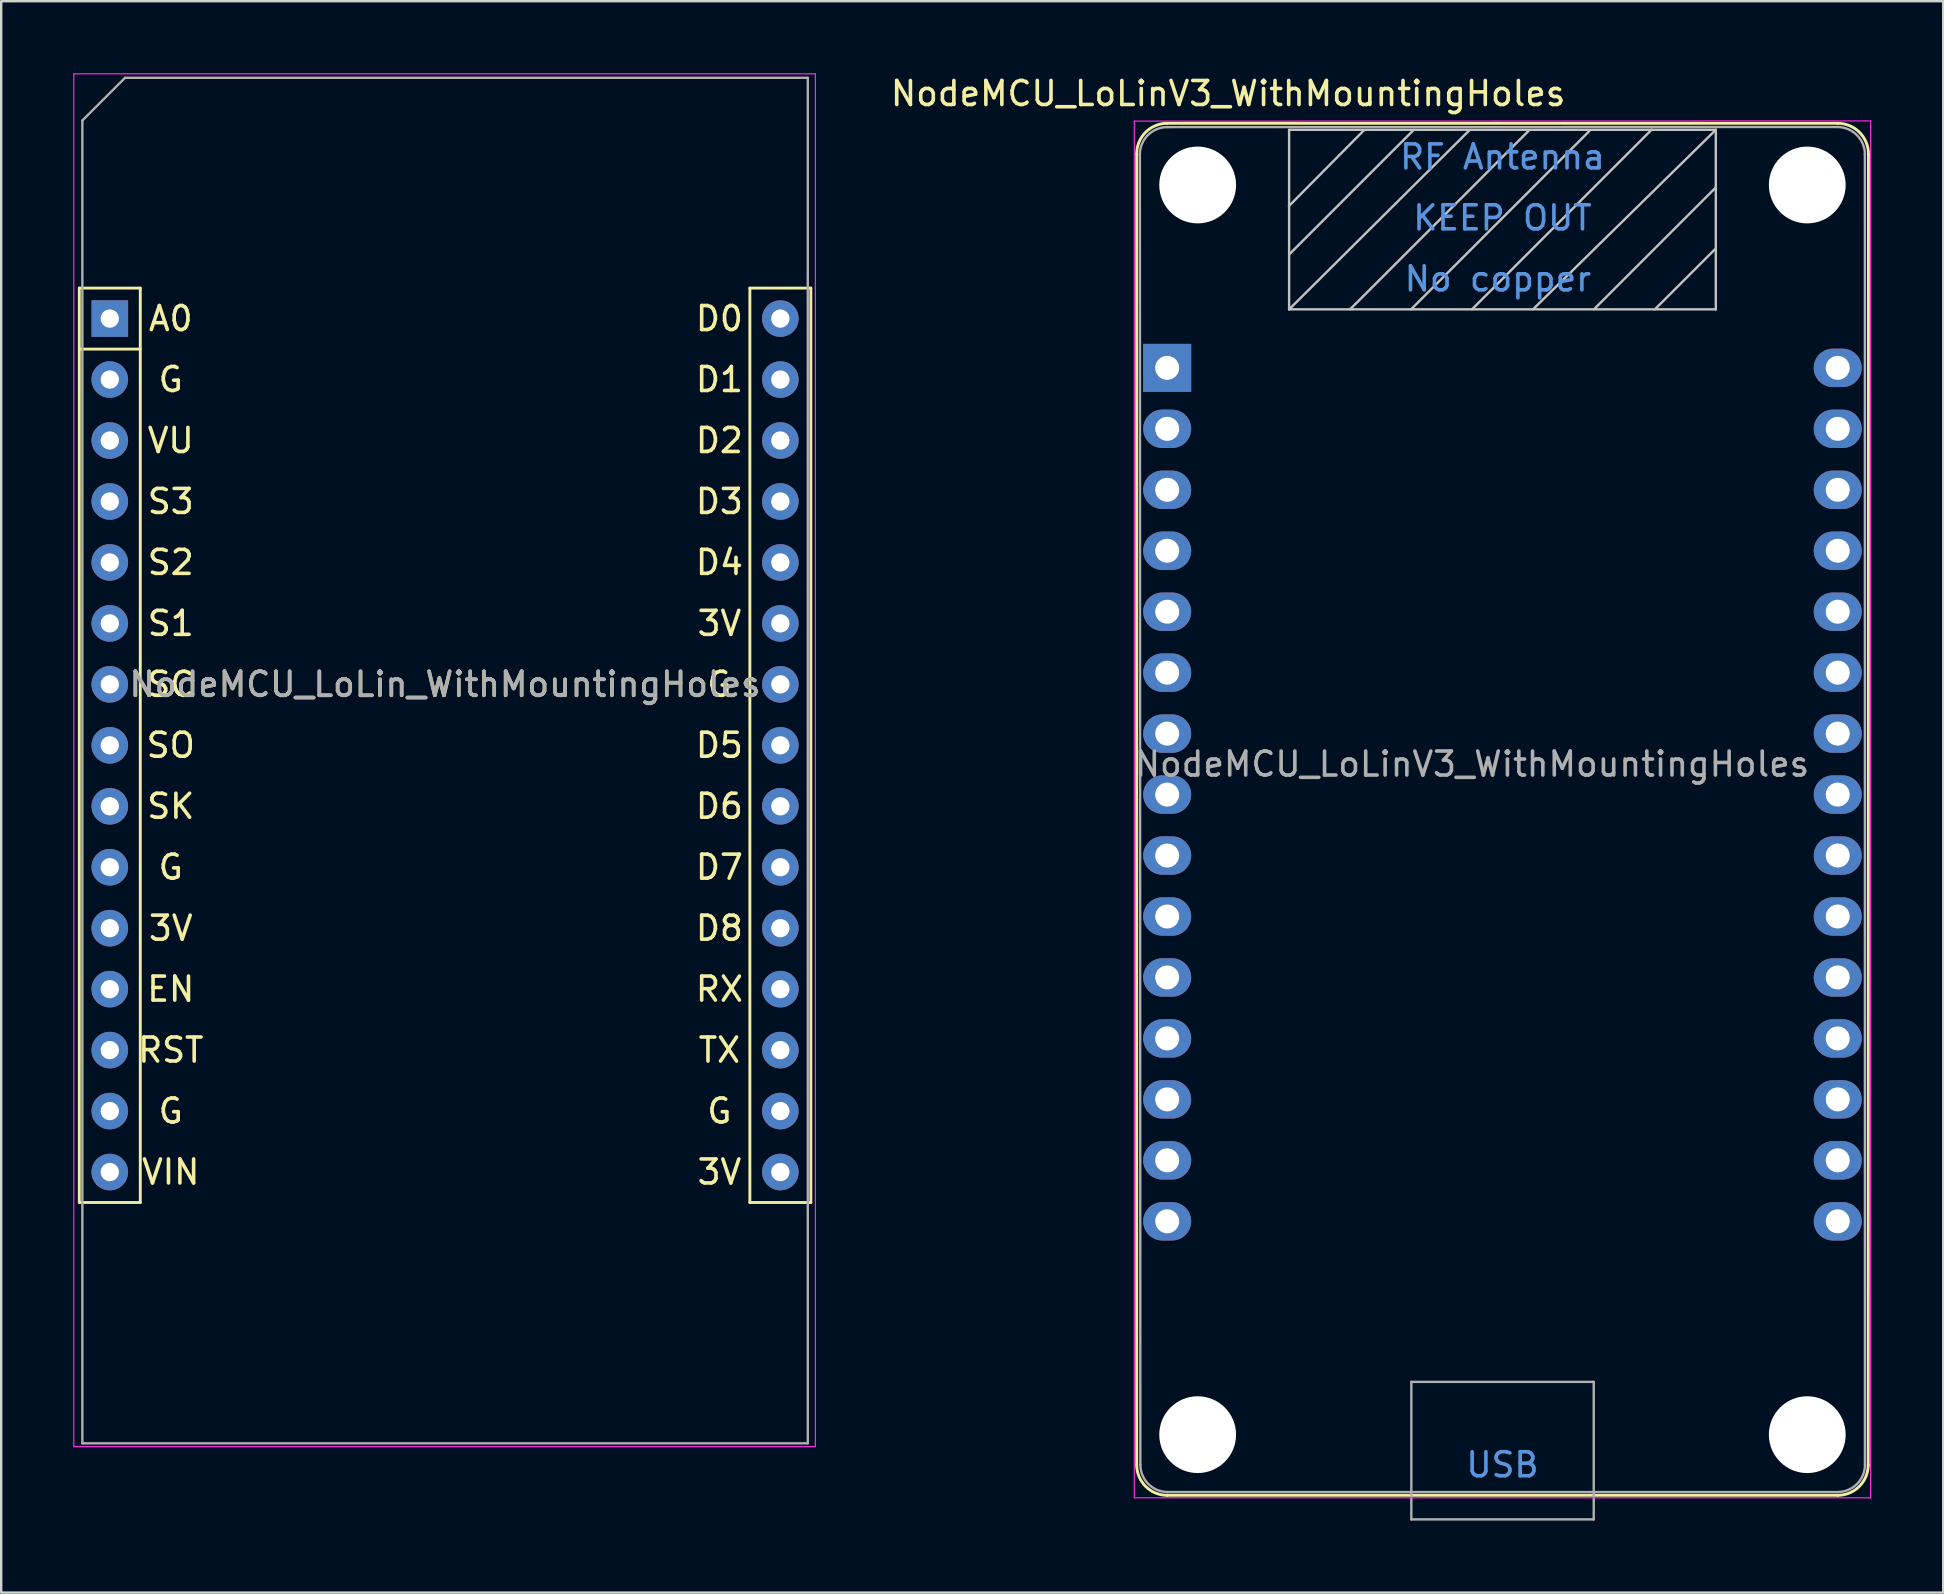
<source format=kicad_pcb>
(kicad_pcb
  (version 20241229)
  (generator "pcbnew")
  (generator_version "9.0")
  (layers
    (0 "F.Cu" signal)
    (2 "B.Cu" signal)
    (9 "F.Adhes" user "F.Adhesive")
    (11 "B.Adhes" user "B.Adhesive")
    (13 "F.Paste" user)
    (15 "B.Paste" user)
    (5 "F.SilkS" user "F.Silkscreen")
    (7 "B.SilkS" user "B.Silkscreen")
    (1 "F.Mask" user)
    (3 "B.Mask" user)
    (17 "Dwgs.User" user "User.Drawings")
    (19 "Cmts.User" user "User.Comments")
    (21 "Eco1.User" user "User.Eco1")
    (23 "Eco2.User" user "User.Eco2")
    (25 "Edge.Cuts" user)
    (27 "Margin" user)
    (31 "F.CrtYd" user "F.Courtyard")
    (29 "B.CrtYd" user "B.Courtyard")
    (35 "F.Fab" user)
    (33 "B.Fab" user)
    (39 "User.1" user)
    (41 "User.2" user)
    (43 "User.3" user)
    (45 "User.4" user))
  (footprint "NodeMCU_LoLinV3_WithMountingHoles"
    (layer "F.Cu")
    (at 45.583 12.278)
    (property "Reference" "NodeMCU_LoLinV3_WithMountingHoles" (at 2.54 -11.43 0) (layer "F.SilkS") (effects (font (size 1 1) (thickness 0.15))))
    (attr through_hole)
    (fp_line (start -1.27 -8.903) (end -1.27 45.72) (stroke (width 0.12) (type solid)) (layer "F.SilkS"))
    (fp_line (start 0 46.977) (end 27.94 46.977) (stroke (width 0.12) (type solid)) (layer "F.SilkS"))
    (fp_line (start 27.94 -10.19) (end 0 -10.19) (stroke (width 0.12) (type solid)) (layer "F.SilkS"))
    (fp_line (start 29.21 45.72) (end 29.22 -8.89) (stroke (width 0.12) (type solid)) (layer "F.SilkS"))
    (fp_arc (start -1.26988 -8.902702) (mid -0.904175 -9.811989) (end 0 -10.190156) (stroke (width 0.12) (type solid)) (layer "F.SilkS"))
    (fp_arc (start 0 46.977363) (mid -0.893569 46.609849) (end -1.27 45.72) (stroke (width 0.12) (type solid)) (layer "F.SilkS"))
    (fp_arc (start 27.94 -10.190156) (mid 28.852251 -9.808108) (end 29.22 -8.89) (stroke (width 0.12) (type solid)) (layer "F.SilkS"))
    (fp_arc (start 29.21 45.72) (mid 28.833569 46.609849) (end 27.94 46.977363) (stroke (width 0.12) (type solid)) (layer "F.SilkS"))
    (fp_line (start 5.075 -6.745) (end 8.204 -9.906) (stroke (width 0.1) (type solid)) (layer "Dwgs.User"))
    (fp_line (start 5.08 -9.919) (end 5.08 -2.438) (stroke (width 0.1) (type solid)) (layer "Dwgs.User"))
    (fp_line (start 5.08 -9.919) (end 22.86 -9.919) (stroke (width 0.1) (type solid)) (layer "Dwgs.User"))
    (fp_line (start 5.08 -4.724) (end 10.262 -9.906) (stroke (width 0.1) (type solid)) (layer "Dwgs.User"))
    (fp_line (start 5.08 -2.438) (end 12.598 -9.906) (stroke (width 0.1) (type solid)) (layer "Dwgs.User"))
    (fp_line (start 5.08 -2.438) (end 22.86 -2.438) (stroke (width 0.1) (type solid)) (layer "Dwgs.User"))
    (fp_line (start 7.62 -2.438) (end 15.05 -9.868) (stroke (width 0.1) (type solid)) (layer "Dwgs.User"))
    (fp_line (start 10.16 -2.438) (end 17.59 -9.868) (stroke (width 0.1) (type solid)) (layer "Dwgs.User"))
    (fp_line (start 12.7 -2.438) (end 20.193 -9.931) (stroke (width 0.1) (type solid)) (layer "Dwgs.User"))
    (fp_line (start 15.24 -2.438) (end 22.86 -9.919) (stroke (width 0.1) (type solid)) (layer "Dwgs.User"))
    (fp_line (start 17.78 -2.438) (end 22.86 -7.518) (stroke (width 0.1) (type solid)) (layer "Dwgs.User"))
    (fp_line (start 20.32 -2.438) (end 22.86 -4.978) (stroke (width 0.1) (type solid)) (layer "Dwgs.User"))
    (fp_line (start 22.86 -9.919) (end 22.86 -2.438) (stroke (width 0.1) (type solid)) (layer "Dwgs.User"))
    (fp_line (start -1.37 47.08) (end -1.37 -10.28) (stroke (width 0.05) (type solid)) (layer "F.CrtYd"))
    (fp_line (start 29.31 -10.29) (end -1.37 -10.28) (stroke (width 0.05) (type solid)) (layer "F.CrtYd"))
    (fp_line (start 29.31 47.08) (end -1.37 47.08) (stroke (width 0.05) (type solid)) (layer "F.CrtYd"))
    (fp_line (start 29.31 47.08) (end 29.31 -10.29) (stroke (width 0.05) (type solid)) (layer "F.CrtYd"))
    (fp_line (start -1.138 -8.894) (end -1.118 45.707) (stroke (width 0.1) (type solid)) (layer "F.Fab"))
    (fp_line (start 10.173 42.251) (end 17.773 42.251) (stroke (width 0.1) (type solid)) (layer "F.Fab"))
    (fp_line (start 10.173 47.981) (end 10.173 42.251) (stroke (width 0.1) (type solid)) (layer "F.Fab"))
    (fp_line (start 17.605 46.841) (end 0.003 46.841) (stroke (width 0.1) (type solid)) (layer "F.Fab"))
    (fp_line (start 17.773 42.251) (end 17.773 47.981) (stroke (width 0.1) (type solid)) (layer "F.Fab"))
    (fp_line (start 17.773 47.981) (end 10.173 47.981) (stroke (width 0.1) (type solid)) (layer "F.Fab"))
    (fp_line (start 27.93 -10.037) (end 0.00016 -10.032) (stroke (width 0.1) (type solid)) (layer "F.Fab"))
    (fp_line (start 27.953 46.841) (end 17.605 46.841) (stroke (width 0.1) (type solid)) (layer "F.Fab"))
    (fp_line (start 29.07 -8.903) (end 29.073 45.701) (stroke (width 0.1) (type solid)) (layer "F.Fab"))
    (fp_arc (start -1.13776 -8.89432) (mid -0.805952 -9.696593) (end -0.004909 -10.03136) (stroke (width 0.1) (type solid)) (layer "F.Fab"))
    (fp_arc (start 0.01944 46.84014) (mid -0.782829 46.508336) (end -1.1176 45.7073) (stroke (width 0.1) (type solid)) (layer "F.Fab"))
    (fp_arc (start 27.93 -10.03732) (mid 28.73756 -9.698349) (end 29.073 -8.889316) (stroke (width 0.1) (type solid)) (layer "F.Fab"))
    (fp_arc (start 29.07579 45.700603) (mid 28.747598 46.500494) (end 27.9527 46.8406) (stroke (width 0.1) (type solid)) (layer "F.Fab"))
    (fp_text user "No copper" (at 13.78 -3.708 0) (layer "Cmts.User") (effects (font (size 1 1) (thickness 0.15))))
    (fp_text user "RF Antenna" (at 13.97 -8.788 0) (layer "Cmts.User") (effects (font (size 1 1) (thickness 0.15))))
    (fp_text user "USB" (at 13.97 45.707 0) (layer "Cmts.User") (effects (font (size 1 1) (thickness 0.15))))
    (fp_text user "KEEP OUT" (at 13.97 -6.248 0) (layer "Cmts.User") (effects (font (size 1 1) (thickness 0.15))))
    (fp_text user "${REFERENCE}" (at 12.7 16.51 0) (layer "F.Fab") (effects (font (size 1 1) (thickness 0.15))))
    (pad "" np_thru_hole circle (at 1.27 -7.62 90) (size 3.2 3.2) (drill 3.2) (layers "*.Cu" "*.Mask"))
    (pad "" np_thru_hole circle (at 1.27 44.45 90) (size 3.2 3.2) (drill 3.2) (layers "*.Cu" "*.Mask"))
    (pad "" np_thru_hole circle (at 26.67 -7.62 90) (size 3.2 3.2) (drill 3.2) (layers "*.Cu" "*.Mask"))
    (pad "" np_thru_hole circle (at 26.67 44.45 90) (size 3.2 3.2) (drill 3.2) (layers "*.Cu" "*.Mask"))
    (pad "1" thru_hole rect (at 0 0) (size 2 2) (drill 1) (layers "*.Cu" "*.Mask"))
    (pad "2" thru_hole oval (at 0 2.54) (size 2 1.6) (drill 1) (layers "*.Cu" "*.Mask"))
    (pad "3" thru_hole oval (at 0 5.08) (size 2 1.6) (drill 1) (layers "*.Cu" "*.Mask"))
    (pad "4" thru_hole oval (at 0 7.62) (size 2 1.6) (drill 1) (layers "*.Cu" "*.Mask"))
    (pad "5" thru_hole oval (at 0 10.16) (size 2 1.6) (drill 1) (layers "*.Cu" "*.Mask"))
    (pad "6" thru_hole oval (at 0 12.7) (size 2 1.6) (drill 1) (layers "*.Cu" "*.Mask"))
    (pad "7" thru_hole oval (at 0 15.24) (size 2 1.6) (drill 1) (layers "*.Cu" "*.Mask"))
    (pad "8" thru_hole oval (at 0 17.78) (size 2 1.6) (drill 1) (layers "*.Cu" "*.Mask"))
    (pad "9" thru_hole oval (at 0 20.32) (size 2 1.6) (drill 1) (layers "*.Cu" "*.Mask"))
    (pad "10" thru_hole oval (at 0 22.86) (size 2 1.6) (drill 1) (layers "*.Cu" "*.Mask"))
    (pad "11" thru_hole oval (at 0 25.4) (size 2 1.6) (drill 1) (layers "*.Cu" "*.Mask"))
    (pad "12" thru_hole oval (at 0 27.94) (size 2 1.6) (drill 1) (layers "*.Cu" "*.Mask"))
    (pad "13" thru_hole oval (at 0 30.48) (size 2 1.6) (drill 1) (layers "*.Cu" "*.Mask"))
    (pad "14" thru_hole oval (at 0 33.02) (size 2 1.6) (drill 1) (layers "*.Cu" "*.Mask"))
    (pad "15" thru_hole oval (at 0 35.56) (size 2 1.6) (drill 1) (layers "*.Cu" "*.Mask"))
    (pad "16" thru_hole oval (at 27.94 35.56) (size 2 1.6) (drill 1) (layers "*.Cu" "*.Mask"))
    (pad "17" thru_hole oval (at 27.94 33.02) (size 2 1.6) (drill 1) (layers "*.Cu" "*.Mask"))
    (pad "18" thru_hole oval (at 27.94 30.48) (size 2 1.6) (drill 1) (layers "*.Cu" "*.Mask"))
    (pad "19" thru_hole oval (at 27.94 27.94) (size 2 1.6) (drill 1) (layers "*.Cu" "*.Mask"))
    (pad "20" thru_hole oval (at 27.94 25.4) (size 2 1.6) (drill 1) (layers "*.Cu" "*.Mask"))
    (pad "21" thru_hole oval (at 27.94 22.86) (size 2 1.6) (drill 1) (layers "*.Cu" "*.Mask"))
    (pad "22" thru_hole oval (at 27.94 20.32) (size 2 1.6) (drill 1) (layers "*.Cu" "*.Mask"))
    (pad "23" thru_hole oval (at 27.94 17.78) (size 2 1.6) (drill 1) (layers "*.Cu" "*.Mask"))
    (pad "24" thru_hole oval (at 27.94 15.24) (size 2 1.6) (drill 1) (layers "*.Cu" "*.Mask"))
    (pad "25" thru_hole oval (at 27.94 12.7) (size 2 1.6) (drill 1) (layers "*.Cu" "*.Mask"))
    (pad "26" thru_hole oval (at 27.94 10.16) (size 2 1.6) (drill 1) (layers "*.Cu" "*.Mask"))
    (pad "27" thru_hole oval (at 27.94 7.62) (size 2 1.6) (drill 1) (layers "*.Cu" "*.Mask"))
    (pad "28" thru_hole oval (at 27.94 5.08) (size 2 1.6) (drill 1) (layers "*.Cu" "*.Mask"))
    (pad "29" thru_hole oval (at 27.94 2.54) (size 2 1.6) (drill 1) (layers "*.Cu" "*.Mask"))
    (pad "30" thru_hole oval (at 27.94 0) (size 2 1.6) (drill 1) (layers "*.Cu" "*.Mask")))
  (footprint "NodeMCU_LoLin_WithMountingHoles"
    (layer "F.Cu")
    (at 1.525 10.225)
    (property "Reference" "NodeMCU_LoLin_WithMountingHoles" (at 13.97 15.24 0) (layer "F.SilkS") (effects (font (size 1 1) (thickness 0.15))))
    (attr through_hole)
    (fp_line (start -1.27 -1.27) (end 1.27 -1.27) (stroke (width 0.12) (type solid)) (layer "F.SilkS"))
    (fp_line (start -1.27 1.27) (end 1.27 1.27) (stroke (width 0.12) (type solid)) (layer "F.SilkS"))
    (fp_line (start -1.27 36.83) (end -1.27 -1.27) (stroke (width 0.12) (type solid)) (layer "F.SilkS"))
    (fp_line (start 1.27 -1.27) (end 1.27 36.83) (stroke (width 0.12) (type solid)) (layer "F.SilkS"))
    (fp_line (start 1.27 36.83) (end -1.27 36.83) (stroke (width 0.12) (type solid)) (layer "F.SilkS"))
    (fp_line (start 26.67 -1.27) (end 29.21 -1.27) (stroke (width 0.12) (type solid)) (layer "F.SilkS"))
    (fp_line (start 26.67 36.83) (end 26.67 -1.27) (stroke (width 0.12) (type solid)) (layer "F.SilkS"))
    (fp_line (start 29.21 -1.27) (end 29.21 36.83) (stroke (width 0.12) (type solid)) (layer "F.SilkS"))
    (fp_line (start 29.21 36.83) (end 26.67 36.83) (stroke (width 0.12) (type solid)) (layer "F.SilkS"))
    (fp_line (start -1.5 -10.2) (end -1.5 47) (stroke (width 0.05) (type solid)) (layer "F.CrtYd"))
    (fp_line (start -1.5 47) (end 29.4 47) (stroke (width 0.05) (type solid)) (layer "F.CrtYd"))
    (fp_line (start 29.4 -10.2) (end -1.5 -10.2) (stroke (width 0.05) (type solid)) (layer "F.CrtYd"))
    (fp_line (start 29.4 47) (end 29.4 -10.2) (stroke (width 0.05) (type solid)) (layer "F.CrtYd"))
    (fp_line (start -1.143 -8.255) (end -1.143 46.863) (stroke (width 0.1) (type solid)) (layer "F.Fab"))
    (fp_line (start -1.143 -8.255) (end 0.635 -10.033) (stroke (width 0.1) (type solid)) (layer "F.Fab"))
    (fp_line (start -1.143 46.863) (end 29.083 46.863) (stroke (width 0.1) (type solid)) (layer "F.Fab"))
    (fp_line (start 29.083 -10.033) (end 0.635 -10.033) (stroke (width 0.1) (type solid)) (layer "F.Fab"))
    (fp_line (start 29.083 46.863) (end 29.083 -10.033) (stroke (width 0.1) (type solid)) (layer "F.Fab"))
    (fp_text user "A0" (at 2.54 0 0) (layer "F.SilkS") (effects (font (size 1 1) (thickness 0.15))))
    (fp_text user "D4" (at 25.4 10.16 0) (layer "F.SilkS") (effects (font (size 1 1) (thickness 0.15))))
    (fp_text user "S3" (at 2.54 7.62 0) (layer "F.SilkS") (effects (font (size 1 1) (thickness 0.15))))
    (fp_text user "SO" (at 2.54 17.78 0) (layer "F.SilkS") (effects (font (size 1 1) (thickness 0.15))))
    (fp_text user "3V" (at 25.4 35.56 0) (layer "F.SilkS") (effects (font (size 1 1) (thickness 0.15))))
    (fp_text user "3V" (at 2.54 25.4 0) (layer "F.SilkS") (effects (font (size 1 1) (thickness 0.15))))
    (fp_text user "VU" (at 2.54 5.08 0) (layer "F.SilkS") (effects (font (size 1 1) (thickness 0.15))))
    (fp_text user "D3" (at 25.4 7.62 0) (layer "F.SilkS") (effects (font (size 1 1) (thickness 0.15))))
    (fp_text user "S2" (at 2.54 10.16 0) (layer "F.SilkS") (effects (font (size 1 1) (thickness 0.15))))
    (fp_text user "SK" (at 2.54 20.32 0) (layer "F.SilkS") (effects (font (size 1 1) (thickness 0.15))))
    (fp_text user "SC" (at 2.54 15.24 0) (layer "F.SilkS") (effects (font (size 1 1) (thickness 0.15))))
    (fp_text user "RST" (at 2.54 30.48 0) (layer "F.SilkS") (effects (font (size 1 1) (thickness 0.15))))
    (fp_text user "VIN" (at 2.54 35.56 0) (layer "F.SilkS") (effects (font (size 1 1) (thickness 0.15))))
    (fp_text user "D7" (at 25.4 22.86 0) (layer "F.SilkS") (effects (font (size 1 1) (thickness 0.15))))
    (fp_text user "D5" (at 25.4 17.78 0) (layer "F.SilkS") (effects (font (size 1 1) (thickness 0.15))))
    (fp_text user "D1" (at 25.4 2.54 0) (layer "F.SilkS") (effects (font (size 1 1) (thickness 0.15))))
    (fp_text user "G" (at 2.54 2.54 0) (layer "F.SilkS") (effects (font (size 1 1) (thickness 0.15))))
    (fp_text user "G" (at 2.54 22.86 0) (layer "F.SilkS") (effects (font (size 1 1) (thickness 0.15))))
    (fp_text user "G" (at 25.4 33.02 0) (layer "F.SilkS") (effects (font (size 1 1) (thickness 0.15))))
    (fp_text user "G" (at 2.54 33.02 0) (layer "F.SilkS") (effects (font (size 1 1) (thickness 0.15))))
    (fp_text user "G" (at 25.4 15.24 0) (layer "F.SilkS") (effects (font (size 1 1) (thickness 0.15))))
    (fp_text user "EN" (at 2.54 27.94 0) (layer "F.SilkS") (effects (font (size 1 1) (thickness 0.15))))
    (fp_text user "TX" (at 25.4 30.48 0) (layer "F.SilkS") (effects (font (size 1 1) (thickness 0.15))))
    (fp_text user "D0" (at 25.4 0 0) (layer "F.SilkS") (effects (font (size 1 1) (thickness 0.15))))
    (fp_text user "3V" (at 25.4 12.7 0) (layer "F.SilkS") (effects (font (size 1 1) (thickness 0.15))))
    (fp_text user "S1" (at 2.54 12.7 0) (layer "F.SilkS") (effects (font (size 1 1) (thickness 0.15))))
    (fp_text user "D8" (at 25.4 25.4 0) (layer "F.SilkS") (effects (font (size 1 1) (thickness 0.15))))
    (fp_text user "RX" (at 25.4 27.94 0) (layer "F.SilkS") (effects (font (size 1 1) (thickness 0.15))))
    (fp_text user "D6" (at 25.4 20.32 0) (layer "F.SilkS") (effects (font (size 1 1) (thickness 0.15))))
    (fp_text user "D2" (at 25.4 5.08 0) (layer "F.SilkS") (effects (font (size 1 1) (thickness 0.15))))
    (fp_text user "${REFERENCE}" (at 13.97 15.24 0) (layer "F.Fab") (effects (font (size 1 1) (thickness 0.15))))
    (pad "1" thru_hole rect (at 0 0) (size 1.524 1.524) (drill 0.762) (layers "*.Cu" "*.Mask"))
    (pad "2" thru_hole circle (at 0 2.54) (size 1.524 1.524) (drill 0.762) (layers "*.Cu" "*.Mask"))
    (pad "3" thru_hole circle (at 0 5.08) (size 1.524 1.524) (drill 0.762) (layers "*.Cu" "*.Mask"))
    (pad "4" thru_hole circle (at 0 7.62) (size 1.524 1.524) (drill 0.762) (layers "*.Cu" "*.Mask"))
    (pad "5" thru_hole circle (at 0 10.16) (size 1.524 1.524) (drill 0.762) (layers "*.Cu" "*.Mask"))
    (pad "6" thru_hole circle (at 0 12.7) (size 1.524 1.524) (drill 0.762) (layers "*.Cu" "*.Mask"))
    (pad "7" thru_hole circle (at 0 15.24) (size 1.524 1.524) (drill 0.762) (layers "*.Cu" "*.Mask"))
    (pad "8" thru_hole circle (at 0 17.78) (size 1.524 1.524) (drill 0.762) (layers "*.Cu" "*.Mask"))
    (pad "9" thru_hole circle (at 0 20.32) (size 1.524 1.524) (drill 0.762) (layers "*.Cu" "*.Mask"))
    (pad "10" thru_hole circle (at 0 22.86) (size 1.524 1.524) (drill 0.762) (layers "*.Cu" "*.Mask"))
    (pad "11" thru_hole circle (at 0 25.4) (size 1.524 1.524) (drill 0.762) (layers "*.Cu" "*.Mask"))
    (pad "12" thru_hole circle (at 0 27.94) (size 1.524 1.524) (drill 0.762) (layers "*.Cu" "*.Mask"))
    (pad "13" thru_hole circle (at 0 30.48) (size 1.524 1.524) (drill 0.762) (layers "*.Cu" "*.Mask"))
    (pad "14" thru_hole circle (at 0 33.02) (size 1.524 1.524) (drill 0.762) (layers "*.Cu" "*.Mask"))
    (pad "15" thru_hole circle (at 0 35.56) (size 1.524 1.524) (drill 0.762) (layers "*.Cu" "*.Mask"))
    (pad "16" thru_hole circle (at 27.94 35.56) (size 1.524 1.524) (drill 0.762) (layers "*.Cu" "*.Mask"))
    (pad "17" thru_hole circle (at 27.94 33.02) (size 1.524 1.524) (drill 0.762) (layers "*.Cu" "*.Mask"))
    (pad "18" thru_hole circle (at 27.94 30.48) (size 1.524 1.524) (drill 0.762) (layers "*.Cu" "*.Mask"))
    (pad "19" thru_hole circle (at 27.94 27.94) (size 1.524 1.524) (drill 0.762) (layers "*.Cu" "*.Mask"))
    (pad "20" thru_hole circle (at 27.94 25.4) (size 1.524 1.524) (drill 0.762) (layers "*.Cu" "*.Mask"))
    (pad "21" thru_hole circle (at 27.94 22.86) (size 1.524 1.524) (drill 0.762) (layers "*.Cu" "*.Mask"))
    (pad "22" thru_hole circle (at 27.94 20.32) (size 1.524 1.524) (drill 0.762) (layers "*.Cu" "*.Mask"))
    (pad "23" thru_hole circle (at 27.94 17.78) (size 1.524 1.524) (drill 0.762) (layers "*.Cu" "*.Mask"))
    (pad "24" thru_hole circle (at 27.94 15.24) (size 1.524 1.524) (drill 0.762) (layers "*.Cu" "*.Mask"))
    (pad "25" thru_hole circle (at 27.94 12.7) (size 1.524 1.524) (drill 0.762) (layers "*.Cu" "*.Mask"))
    (pad "26" thru_hole circle (at 27.94 10.16) (size 1.524 1.524) (drill 0.762) (layers "*.Cu" "*.Mask"))
    (pad "27" thru_hole circle (at 27.94 7.62) (size 1.524 1.524) (drill 0.762) (layers "*.Cu" "*.Mask"))
    (pad "28" thru_hole circle (at 27.94 5.08) (size 1.524 1.524) (drill 0.762) (layers "*.Cu" "*.Mask"))
    (pad "29" thru_hole circle (at 27.94 2.54) (size 1.524 1.524) (drill 0.762) (layers "*.Cu" "*.Mask"))
    (pad "30" thru_hole circle (at 27.94 0) (size 1.524 1.524) (drill 0.762) (layers "*.Cu" "*.Mask")))
  (gr_rect
    (start -3 -3)
    (end 77.918 63.309)
    (stroke (width 0.1) (type default))
    (fill no)
    (layer "Edge.Cuts")))
</source>
